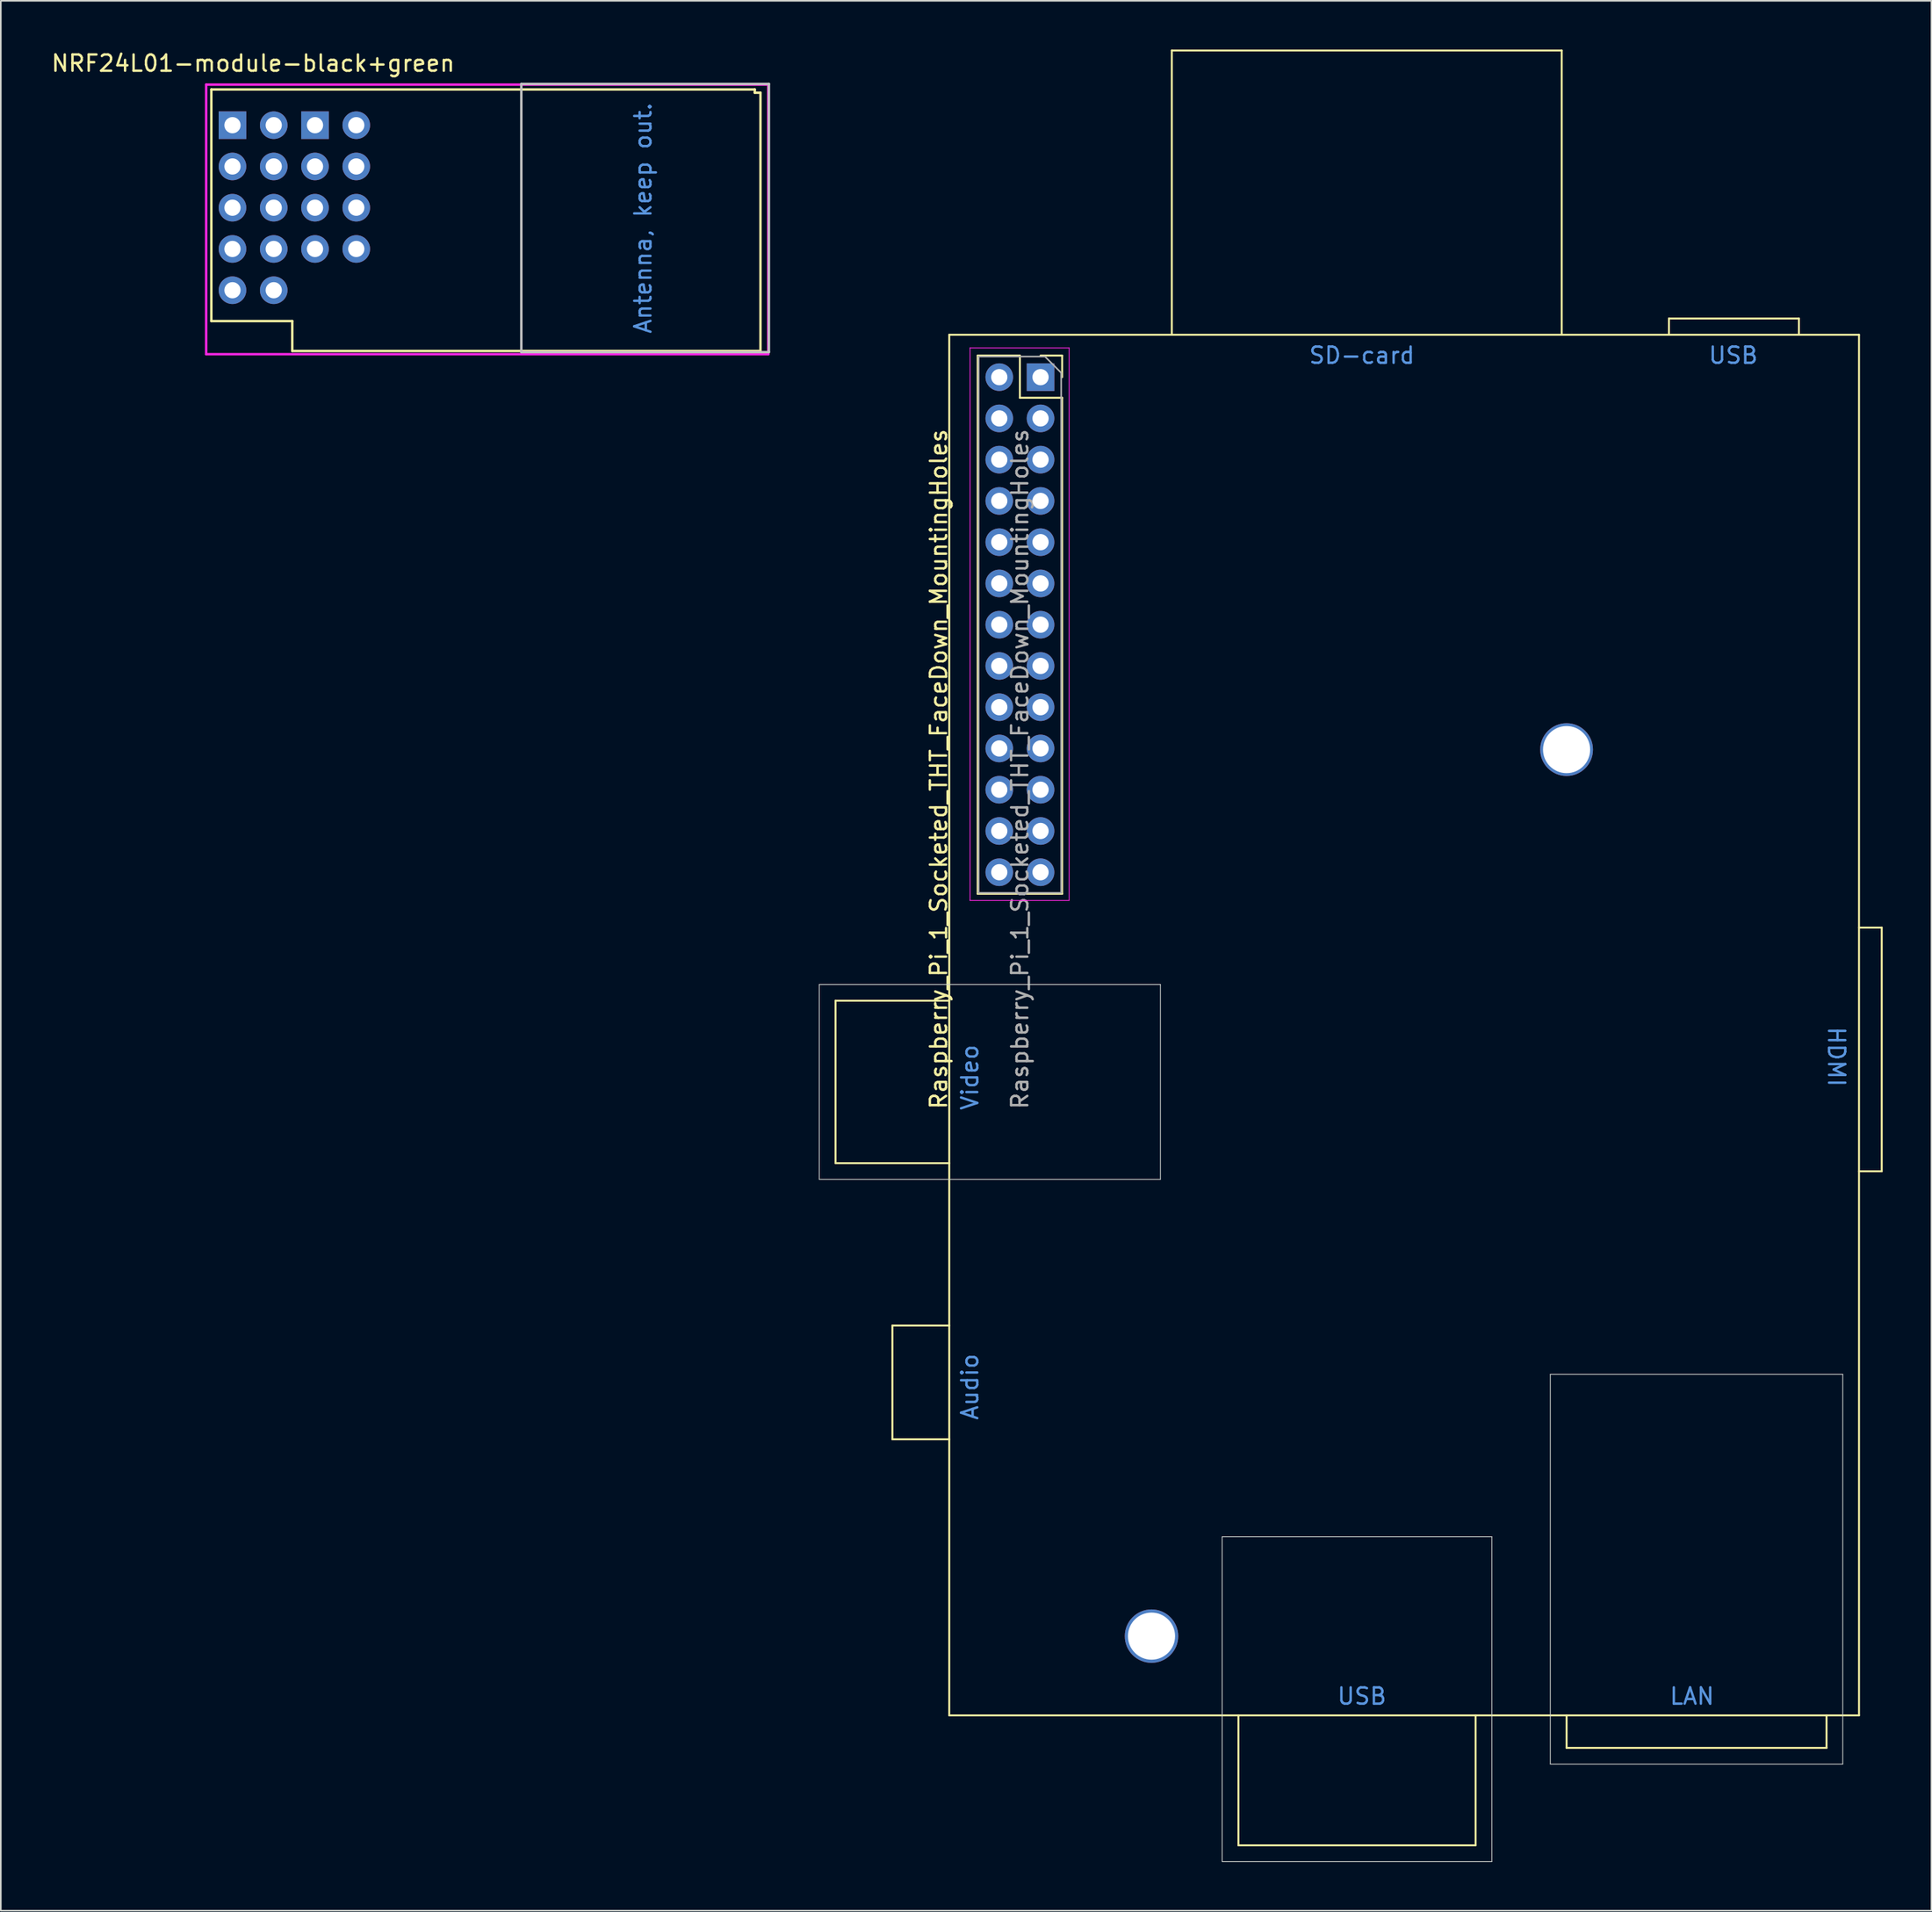
<source format=kicad_pcb>
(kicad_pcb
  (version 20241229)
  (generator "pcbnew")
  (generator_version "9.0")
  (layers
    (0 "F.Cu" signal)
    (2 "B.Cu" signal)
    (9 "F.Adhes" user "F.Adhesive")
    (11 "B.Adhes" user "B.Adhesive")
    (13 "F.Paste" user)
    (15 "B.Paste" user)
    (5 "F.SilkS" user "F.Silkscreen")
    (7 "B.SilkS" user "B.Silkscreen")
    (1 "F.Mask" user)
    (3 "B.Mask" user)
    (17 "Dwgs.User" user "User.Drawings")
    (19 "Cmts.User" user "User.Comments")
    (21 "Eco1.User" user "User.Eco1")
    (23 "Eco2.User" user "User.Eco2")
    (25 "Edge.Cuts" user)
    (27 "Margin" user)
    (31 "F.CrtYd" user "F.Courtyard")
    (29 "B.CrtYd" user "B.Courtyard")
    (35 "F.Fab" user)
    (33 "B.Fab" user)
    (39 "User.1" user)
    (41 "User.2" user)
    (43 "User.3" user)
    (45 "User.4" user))
  (footprint "Raspberry_Pi_1_Socketed_THT_FaceDown_MountingHoles"
    (layer "F.Cu")
    (at 61 20.17)
    (property "Reference" "Raspberry_Pi_1_Socketed_THT_FaceDown_MountingHoles" (at -6.27 24.13 90) (layer "F.SilkS") (effects (font (size 1 1) (thickness 0.15))))
    (attr through_hole)
    (fp_line (start -12.62 38.39) (end -12.62 48.39) (stroke (width 0.12) (type default)) (layer "F.SilkS"))
    (fp_line (start -9.12 58.39) (end -9.12 65.39) (stroke (width 0.12) (type default)) (layer "F.SilkS"))
    (fp_line (start -5.62 -2.61) (end -5.62 82.39) (stroke (width 0.12) (type default)) (layer "F.SilkS"))
    (fp_line (start -5.62 -2.61) (end 50.38 -2.61) (stroke (width 0.12) (type default)) (layer "F.SilkS"))
    (fp_line (start -5.62 38.39) (end -12.62 38.39) (stroke (width 0.12) (type default)) (layer "F.SilkS"))
    (fp_line (start -5.62 48.39) (end -12.62 48.39) (stroke (width 0.12) (type default)) (layer "F.SilkS"))
    (fp_line (start -5.62 58.39) (end -9.12 58.39) (stroke (width 0.12) (type default)) (layer "F.SilkS"))
    (fp_line (start -5.62 65.39) (end -9.12 65.39) (stroke (width 0.12) (type default)) (layer "F.SilkS"))
    (fp_line (start -5.62 82.39) (end 50.38 82.39) (stroke (width 0.12) (type default)) (layer "F.SilkS"))
    (fp_line (start -3.87 -1.33) (end -3.87 31.81) (stroke (width 0.12) (type solid)) (layer "F.SilkS"))
    (fp_line (start -3.87 -1.33) (end -1.27 -1.33) (stroke (width 0.12) (type solid)) (layer "F.SilkS"))
    (fp_line (start -3.87 31.81) (end 1.33 31.81) (stroke (width 0.12) (type solid)) (layer "F.SilkS"))
    (fp_line (start -1.27 -1.33) (end -1.27 1.27) (stroke (width 0.12) (type solid)) (layer "F.SilkS"))
    (fp_line (start -1.27 1.27) (end 1.33 1.27) (stroke (width 0.12) (type solid)) (layer "F.SilkS"))
    (fp_line (start 0 -1.33) (end 1.33 -1.33) (stroke (width 0.12) (type solid)) (layer "F.SilkS"))
    (fp_line (start 1.33 -1.33) (end 1.33 0) (stroke (width 0.12) (type solid)) (layer "F.SilkS"))
    (fp_line (start 1.33 1.27) (end 1.33 31.81) (stroke (width 0.12) (type solid)) (layer "F.SilkS"))
    (fp_line (start 8.08 -20.11) (end 8.08 -2.61) (stroke (width 0.12) (type default)) (layer "F.SilkS"))
    (fp_line (start 12.18 82.39) (end 12.18 90.39) (stroke (width 0.12) (type default)) (layer "F.SilkS"))
    (fp_line (start 12.18 90.39) (end 26.78 90.39) (stroke (width 0.12) (type default)) (layer "F.SilkS"))
    (fp_line (start 26.78 82.39) (end 26.78 90.39) (stroke (width 0.12) (type default)) (layer "F.SilkS"))
    (fp_line (start 32.08 -20.11) (end 8.08 -20.11) (stroke (width 0.12) (type default)) (layer "F.SilkS"))
    (fp_line (start 32.08 -20.11) (end 32.08 -2.61) (stroke (width 0.12) (type default)) (layer "F.SilkS"))
    (fp_line (start 32.38 82.39) (end 32.38 84.39) (stroke (width 0.12) (type default)) (layer "F.SilkS"))
    (fp_line (start 38.68 -3.61) (end 46.68 -3.61) (stroke (width 0.12) (type default)) (layer "F.SilkS"))
    (fp_line (start 38.68 -2.61) (end 38.68 -3.61) (stroke (width 0.12) (type default)) (layer "F.SilkS"))
    (fp_line (start 46.68 -2.61) (end 46.68 -3.61) (stroke (width 0.12) (type default)) (layer "F.SilkS"))
    (fp_line (start 48.38 82.39) (end 48.38 84.39) (stroke (width 0.12) (type default)) (layer "F.SilkS"))
    (fp_line (start 48.38 84.39) (end 32.38 84.39) (stroke (width 0.12) (type default)) (layer "F.SilkS"))
    (fp_line (start 50.38 -2.61) (end 50.38 82.39) (stroke (width 0.12) (type default)) (layer "F.SilkS"))
    (fp_line (start 51.78 33.89) (end 50.38 33.89) (stroke (width 0.12) (type default)) (layer "F.SilkS"))
    (fp_line (start 51.78 33.89) (end 51.78 48.89) (stroke (width 0.12) (type default)) (layer "F.SilkS"))
    (fp_line (start 51.78 48.89) (end 50.38 48.89) (stroke (width 0.12) (type default)) (layer "F.SilkS"))
    (fp_line (start -13.62 37.39) (end -13.62 49.39) (stroke (width 0.05) (type default)) (layer "Edge.Cuts"))
    (fp_line (start -13.62 49.39) (end 7.38 49.39) (stroke (width 0.05) (type default)) (layer "Edge.Cuts"))
    (fp_line (start 7.38 37.39) (end -13.62 37.39) (stroke (width 0.05) (type default)) (layer "Edge.Cuts"))
    (fp_line (start 7.38 49.39) (end 7.38 37.39) (stroke (width 0.05) (type default)) (layer "Edge.Cuts"))
    (fp_line (start 11.18 71.39) (end 11.18 91.39) (stroke (width 0.05) (type default)) (layer "Edge.Cuts"))
    (fp_line (start 11.18 71.39) (end 27.78 71.39) (stroke (width 0.05) (type default)) (layer "Edge.Cuts"))
    (fp_line (start 11.18 91.39) (end 27.78 91.39) (stroke (width 0.05) (type default)) (layer "Edge.Cuts"))
    (fp_line (start 27.78 71.39) (end 27.78 91.39) (stroke (width 0.05) (type default)) (layer "Edge.Cuts"))
    (fp_line (start 31.38 61.39) (end 49.38 61.39) (stroke (width 0.05) (type default)) (layer "Edge.Cuts"))
    (fp_line (start 31.38 85.39) (end 31.38 61.39) (stroke (width 0.05) (type default)) (layer "Edge.Cuts"))
    (fp_line (start 31.38 85.39) (end 49.38 85.39) (stroke (width 0.05) (type default)) (layer "Edge.Cuts"))
    (fp_line (start 49.38 85.39) (end 49.38 61.39) (stroke (width 0.05) (type default)) (layer "Edge.Cuts"))
    (fp_line (start -4.34 -1.8) (end 1.76 -1.8) (stroke (width 0.05) (type solid)) (layer "F.CrtYd"))
    (fp_line (start -4.34 32.22) (end -4.34 -1.8) (stroke (width 0.05) (type solid)) (layer "F.CrtYd"))
    (fp_line (start 1.76 -1.8) (end 1.76 32.22) (stroke (width 0.05) (type solid)) (layer "F.CrtYd"))
    (fp_line (start 1.76 32.22) (end -4.34 32.22) (stroke (width 0.05) (type solid)) (layer "F.CrtYd"))
    (fp_line (start -3.81 -1.27) (end 0.27 -1.27) (stroke (width 0.1) (type solid)) (layer "F.Fab"))
    (fp_line (start -3.81 31.75) (end -3.81 -1.27) (stroke (width 0.1) (type solid)) (layer "F.Fab"))
    (fp_line (start 0.27 -1.27) (end 1.27 -0.27) (stroke (width 0.1) (type solid)) (layer "F.Fab"))
    (fp_line (start 1.27 -0.27) (end 1.27 31.75) (stroke (width 0.1) (type solid)) (layer "F.Fab"))
    (fp_line (start 1.27 31.75) (end -3.81 31.75) (stroke (width 0.1) (type solid)) (layer "F.Fab"))
    (fp_text user "Audio" (at -4.35 62.16 90) (unlocked yes) (layer "Cmts.User") (effects (font (size 1 1) (thickness 0.15))))
    (fp_text user "LAN" (at 40.1 81.21 0) (unlocked yes) (layer "Cmts.User") (effects (font (size 1 1) (thickness 0.15))))
    (fp_text user "Video" (at -4.35 43.11 90) (unlocked yes) (layer "Cmts.User") (effects (font (size 1 1) (thickness 0.15))))
    (fp_text user "USB" (at 42.64 -1.34 0) (unlocked yes) (layer "Cmts.User") (effects (font (size 1 1) (thickness 0.15))))
    (fp_text user "SD-card" (at 19.78 -1.34 0) (unlocked yes) (layer "Cmts.User") (effects (font (size 1 1) (thickness 0.15))))
    (fp_text user "HDMI" (at 48.99 41.84 270) (unlocked yes) (layer "Cmts.User") (effects (font (size 1 1) (thickness 0.15))))
    (fp_text user "USB" (at 19.78 81.21 0) (unlocked yes) (layer "Cmts.User") (effects (font (size 1 1) (thickness 0.15))))
    (fp_text user "${REFERENCE}" (at -1.27 24.13 90) (layer "F.Fab") (effects (font (size 1 1) (thickness 0.15))))
    (pad "" np_thru_hole circle (at 6.83 77.51 90) (size 3.29 3.29) (drill 2.9) (layers "*.Cu" "*.Mask"))
    (pad "" np_thru_hole circle (at 32.38 22.93 90) (size 3.25 3.25) (drill 2.9) (layers "*.Cu" "*.Mask"))
    (pad "1" thru_hole rect (at 0 0) (size 1.7 1.7) (drill 1) (layers "*.Cu" "*.Mask"))
    (pad "2" thru_hole oval (at -2.54 0) (size 1.7 1.7) (drill 1) (layers "*.Cu" "*.Mask"))
    (pad "3" thru_hole oval (at 0 2.54) (size 1.7 1.7) (drill 1) (layers "*.Cu" "*.Mask"))
    (pad "4" thru_hole oval (at -2.54 2.54) (size 1.7 1.7) (drill 1) (layers "*.Cu" "*.Mask"))
    (pad "5" thru_hole oval (at 0 5.08) (size 1.7 1.7) (drill 1) (layers "*.Cu" "*.Mask"))
    (pad "6" thru_hole oval (at -2.54 5.08) (size 1.7 1.7) (drill 1) (layers "*.Cu" "*.Mask"))
    (pad "7" thru_hole oval (at 0 7.62) (size 1.7 1.7) (drill 1) (layers "*.Cu" "*.Mask"))
    (pad "8" thru_hole oval (at -2.54 7.62) (size 1.7 1.7) (drill 1) (layers "*.Cu" "*.Mask"))
    (pad "9" thru_hole oval (at 0 10.16) (size 1.7 1.7) (drill 1) (layers "*.Cu" "*.Mask"))
    (pad "10" thru_hole oval (at -2.54 10.16) (size 1.7 1.7) (drill 1) (layers "*.Cu" "*.Mask"))
    (pad "11" thru_hole oval (at 0 12.7) (size 1.7 1.7) (drill 1) (layers "*.Cu" "*.Mask"))
    (pad "12" thru_hole oval (at -2.54 12.7) (size 1.7 1.7) (drill 1) (layers "*.Cu" "*.Mask"))
    (pad "13" thru_hole oval (at 0 15.24) (size 1.7 1.7) (drill 1) (layers "*.Cu" "*.Mask"))
    (pad "14" thru_hole oval (at -2.54 15.24) (size 1.7 1.7) (drill 1) (layers "*.Cu" "*.Mask"))
    (pad "15" thru_hole oval (at 0 17.78) (size 1.7 1.7) (drill 1) (layers "*.Cu" "*.Mask"))
    (pad "16" thru_hole oval (at -2.54 17.78) (size 1.7 1.7) (drill 1) (layers "*.Cu" "*.Mask"))
    (pad "17" thru_hole oval (at 0 20.32) (size 1.7 1.7) (drill 1) (layers "*.Cu" "*.Mask"))
    (pad "18" thru_hole oval (at -2.54 20.32) (size 1.7 1.7) (drill 1) (layers "*.Cu" "*.Mask"))
    (pad "19" thru_hole oval (at 0 22.86) (size 1.7 1.7) (drill 1) (layers "*.Cu" "*.Mask"))
    (pad "20" thru_hole oval (at -2.54 22.86) (size 1.7 1.7) (drill 1) (layers "*.Cu" "*.Mask"))
    (pad "21" thru_hole oval (at 0 25.4) (size 1.7 1.7) (drill 1) (layers "*.Cu" "*.Mask"))
    (pad "22" thru_hole oval (at -2.54 25.4) (size 1.7 1.7) (drill 1) (layers "*.Cu" "*.Mask"))
    (pad "23" thru_hole oval (at 0 27.94) (size 1.7 1.7) (drill 1) (layers "*.Cu" "*.Mask"))
    (pad "24" thru_hole oval (at -2.54 27.94) (size 1.7 1.7) (drill 1) (layers "*.Cu" "*.Mask"))
    (pad "25" thru_hole oval (at 0 30.48) (size 1.7 1.7) (drill 1) (layers "*.Cu" "*.Mask"))
    (pad "26" thru_hole oval (at -2.54 30.48) (size 1.7 1.7) (drill 1) (layers "*.Cu" "*.Mask")))
  (footprint "NRF24L01-module-black+green"
    (layer "F.Cu")
    (at 16.34 4.658)
    (property "Reference" "NRF24L01-module-black+green" (at -3.81 -3.81 0) (layer "F.SilkS") (effects (font (size 1 1) (thickness 0.15))))
    (attr through_hole)
    (fp_line (start -6.38 -2.2) (end 27.07 -2.2) (stroke (width 0.15) (type solid)) (layer "F.SilkS"))
    (fp_line (start -6.38 12.06) (end -6.38 -2.2) (stroke (width 0.15) (type solid)) (layer "F.SilkS"))
    (fp_line (start -1.4 12.06) (end -6.38 12.06) (stroke (width 0.15) (type solid)) (layer "F.SilkS"))
    (fp_line (start -1.4 12.06) (end -1.4 13.9) (stroke (width 0.15) (type solid)) (layer "F.SilkS"))
    (fp_line (start -1.4 13.9) (end 27.42 13.9) (stroke (width 0.15) (type solid)) (layer "F.SilkS"))
    (fp_line (start 27.07 -2.2) (end 27.07 -2) (stroke (width 0.15) (type solid)) (layer "F.SilkS"))
    (fp_line (start 27.07 -2) (end 27.42 -2) (stroke (width 0.15) (type solid)) (layer "F.SilkS"))
    (fp_line (start 27.42 -2) (end 27.42 13.9) (stroke (width 0.15) (type solid)) (layer "F.SilkS"))
    (fp_line (start 12.7 -2.54) (end 12.7 13.97) (stroke (width 0.15) (type solid)) (layer "Dwgs.User"))
    (fp_line (start 12.7 13.97) (end 27.94 13.97) (stroke (width 0.15) (type solid)) (layer "Dwgs.User"))
    (fp_line (start 27.94 -2.54) (end 12.7 -2.54) (stroke (width 0.15) (type solid)) (layer "Dwgs.User"))
    (fp_line (start 27.94 13.97) (end 27.94 -2.54) (stroke (width 0.15) (type solid)) (layer "Dwgs.User"))
    (fp_line (start -6.7 -2.5) (end -6.7 14.1) (stroke (width 0.15) (type solid)) (layer "F.CrtYd"))
    (fp_line (start -6.7 14.1) (end 27.9 14.1) (stroke (width 0.15) (type solid)) (layer "F.CrtYd"))
    (fp_line (start 27.9 -2.5) (end -6.7 -2.5) (stroke (width 0.15) (type solid)) (layer "F.CrtYd"))
    (fp_line (start 27.9 14.1) (end 27.9 -2.5) (stroke (width 0.15) (type solid)) (layer "F.CrtYd"))
    (fp_text user "Antenna, keep out." (at 20.193 5.715 90) (layer "Cmts.User") (effects (font (size 1 1) (thickness 0.15))))
    (pad "1" thru_hole circle (at -5.08 10.16) (size 1.7 1.7) (drill 1) (layers "*.Cu" "*.Mask"))
    (pad "1" thru_hole circle (at -2.54 10.16) (size 1.7 1.7) (drill 1) (layers "*.Cu" "*.Mask"))
    (pad "1" thru_hole rect (at 0 0) (size 1.7 1.7) (drill 1) (layers "*.Cu" "*.Mask"))
    (pad "2" thru_hole rect (at -5.08 0) (size 1.7 1.7) (drill 1) (layers "*.Cu" "*.Mask"))
    (pad "2" thru_hole circle (at -2.54 0) (size 1.7 1.7) (drill 1) (layers "*.Cu" "*.Mask"))
    (pad "2" thru_hole circle (at 2.54 0) (size 1.7 1.7) (drill 1) (layers "*.Cu" "*.Mask"))
    (pad "3" thru_hole circle (at -5.08 2.54) (size 1.7 1.7) (drill 1) (layers "*.Cu" "*.Mask"))
    (pad "3" thru_hole circle (at 0 2.54) (size 1.7 1.7) (drill 1) (layers "*.Cu" "*.Mask"))
    (pad "4" thru_hole circle (at -2.54 2.54) (size 1.7 1.7) (drill 1) (layers "*.Cu" "*.Mask"))
    (pad "4" thru_hole circle (at 2.54 2.54) (size 1.7 1.7) (drill 1) (layers "*.Cu" "*.Mask"))
    (pad "5" thru_hole circle (at -5.08 5.08) (size 1.7 1.7) (drill 1) (layers "*.Cu" "*.Mask"))
    (pad "5" thru_hole circle (at 0 5.08) (size 1.7 1.7) (drill 1) (layers "*.Cu" "*.Mask"))
    (pad "6" thru_hole circle (at -2.54 5.08) (size 1.7 1.7) (drill 1) (layers "*.Cu" "*.Mask"))
    (pad "6" thru_hole circle (at 2.54 5.08) (size 1.7 1.7) (drill 1) (layers "*.Cu" "*.Mask"))
    (pad "7" thru_hole circle (at -5.08 7.62) (size 1.7 1.7) (drill 1) (layers "*.Cu" "*.Mask"))
    (pad "7" thru_hole circle (at 0 7.62) (size 1.7 1.7) (drill 1) (layers "*.Cu" "*.Mask"))
    (pad "8" thru_hole circle (at -2.54 7.62) (size 1.7 1.7) (drill 1) (layers "*.Cu" "*.Mask"))
    (pad "8" thru_hole circle (at 2.54 7.62) (size 1.7 1.7) (drill 1) (layers "*.Cu" "*.Mask")))
  (gr_rect
    (start -3 -3)
    (end 115.84 114.585)
    (stroke (width 0.1) (type default))
    (fill no)
    (layer "Edge.Cuts")))
</source>
